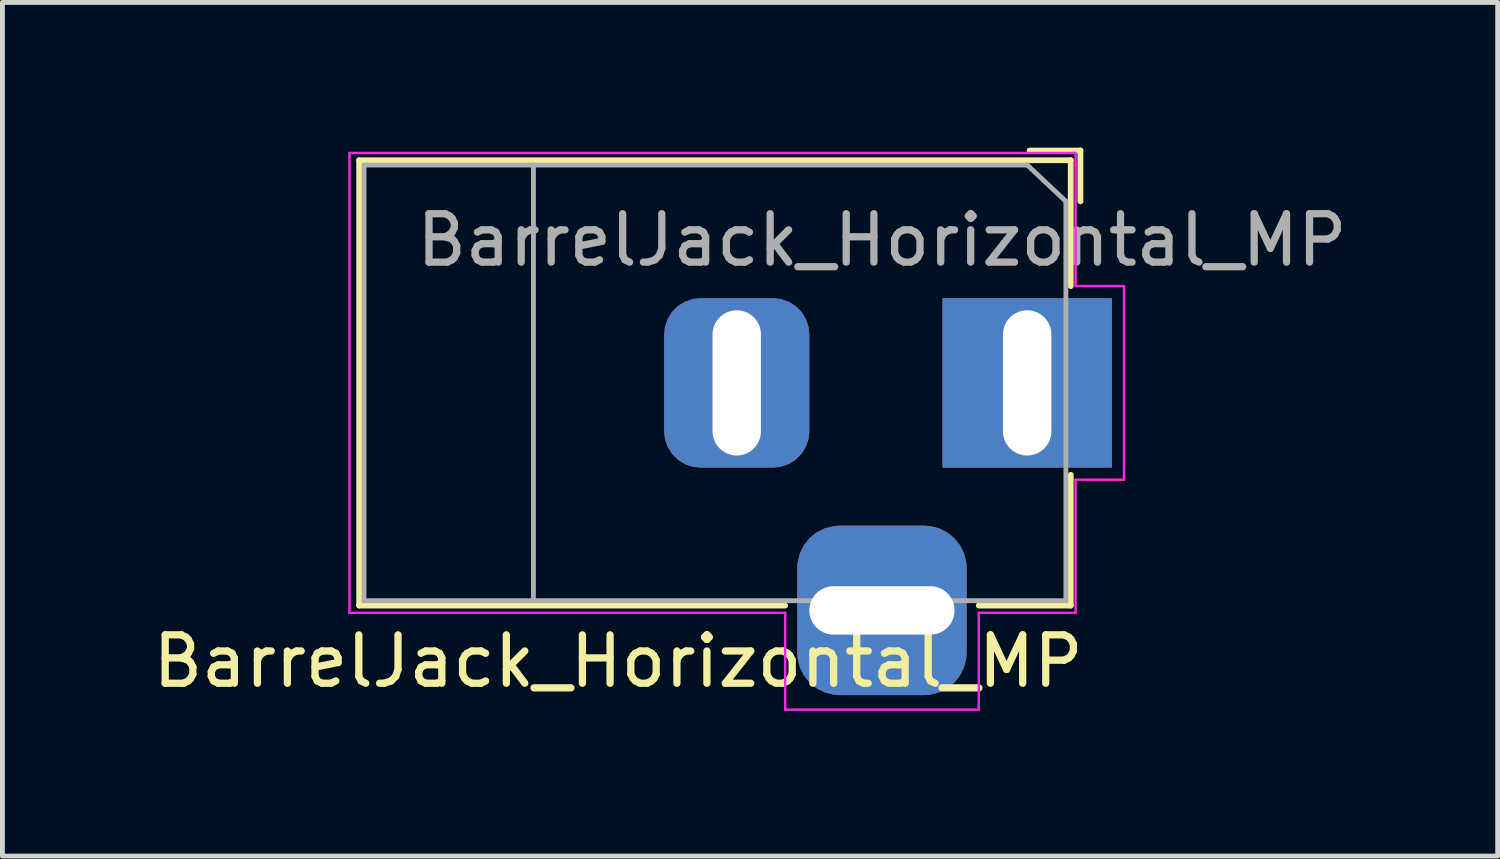
<source format=kicad_pcb>
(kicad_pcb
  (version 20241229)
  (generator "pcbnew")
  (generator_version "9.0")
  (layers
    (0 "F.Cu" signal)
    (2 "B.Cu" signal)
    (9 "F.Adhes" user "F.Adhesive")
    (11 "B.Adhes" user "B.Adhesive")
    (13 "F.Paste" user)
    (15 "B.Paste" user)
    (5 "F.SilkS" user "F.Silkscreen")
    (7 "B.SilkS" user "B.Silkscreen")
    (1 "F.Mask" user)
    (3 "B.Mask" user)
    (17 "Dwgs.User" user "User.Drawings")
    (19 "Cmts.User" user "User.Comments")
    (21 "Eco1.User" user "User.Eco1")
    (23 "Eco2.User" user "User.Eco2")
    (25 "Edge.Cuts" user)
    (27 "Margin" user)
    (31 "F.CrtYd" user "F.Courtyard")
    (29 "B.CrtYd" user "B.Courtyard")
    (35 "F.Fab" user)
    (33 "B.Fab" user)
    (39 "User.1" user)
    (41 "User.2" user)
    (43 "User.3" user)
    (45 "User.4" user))
  (footprint "BarrelJack_Horizontal_MP"
    (layer "F.Cu")
    (at 18.17 4.86)
    (property "Reference" "BarrelJack_Horizontal_MP" (at -8.45 5.75 0) (layer "F.SilkS") (effects (font (size 1 1) (thickness 0.15))))
    (attr through_hole)
    (fp_line (start -13.8 -4.6) (end 0.9 -4.6) (stroke (width 0.12) (type solid)) (layer "F.SilkS"))
    (fp_line (start -13.8 4.6) (end -13.8 -4.6) (stroke (width 0.12) (type solid)) (layer "F.SilkS"))
    (fp_line (start -5 4.6) (end -13.8 4.6) (stroke (width 0.12) (type solid)) (layer "F.SilkS"))
    (fp_line (start 0.05 -4.8) (end 1.1 -4.8) (stroke (width 0.12) (type solid)) (layer "F.SilkS"))
    (fp_line (start 0.9 -4.6) (end 0.9 -2) (stroke (width 0.12) (type solid)) (layer "F.SilkS"))
    (fp_line (start 0.9 1.9) (end 0.9 4.6) (stroke (width 0.12) (type solid)) (layer "F.SilkS"))
    (fp_line (start 0.9 4.6) (end -1 4.6) (stroke (width 0.12) (type solid)) (layer "F.SilkS"))
    (fp_line (start 1.1 -3.75) (end 1.1 -4.8) (stroke (width 0.12) (type solid)) (layer "F.SilkS"))
    (fp_line (start -14 4.75) (end -14 -4.75) (stroke (width 0.05) (type solid)) (layer "F.CrtYd"))
    (fp_line (start -5 4.75) (end -14 4.75) (stroke (width 0.05) (type solid)) (layer "F.CrtYd"))
    (fp_line (start -5 6.75) (end -5 4.75) (stroke (width 0.05) (type solid)) (layer "F.CrtYd"))
    (fp_line (start -1 4.75) (end -1 6.75) (stroke (width 0.05) (type solid)) (layer "F.CrtYd"))
    (fp_line (start -1 6.75) (end -5 6.75) (stroke (width 0.05) (type solid)) (layer "F.CrtYd"))
    (fp_line (start 1 -4.75) (end -14 -4.75) (stroke (width 0.05) (type solid)) (layer "F.CrtYd"))
    (fp_line (start 1 -4.5) (end 1 -4.75) (stroke (width 0.05) (type solid)) (layer "F.CrtYd"))
    (fp_line (start 1 -4.5) (end 1 -2) (stroke (width 0.05) (type solid)) (layer "F.CrtYd"))
    (fp_line (start 1 -2) (end 2 -2) (stroke (width 0.05) (type solid)) (layer "F.CrtYd"))
    (fp_line (start 1 2) (end 1 4.75) (stroke (width 0.05) (type solid)) (layer "F.CrtYd"))
    (fp_line (start 1 4.75) (end -1 4.75) (stroke (width 0.05) (type solid)) (layer "F.CrtYd"))
    (fp_line (start 2 -2) (end 2 2) (stroke (width 0.05) (type solid)) (layer "F.CrtYd"))
    (fp_line (start 2 2) (end 1 2) (stroke (width 0.05) (type solid)) (layer "F.CrtYd"))
    (fp_line (start -13.7 -4.5) (end -13.7 4.5) (stroke (width 0.1) (type solid)) (layer "F.Fab"))
    (fp_line (start -13.7 4.5) (end 0.8 4.5) (stroke (width 0.1) (type solid)) (layer "F.Fab"))
    (fp_line (start -10.2 -4.5) (end -10.2 4.5) (stroke (width 0.1) (type solid)) (layer "F.Fab"))
    (fp_line (start -0.003 -4.505) (end 0.8 -3.75) (stroke (width 0.1) (type solid)) (layer "F.Fab"))
    (fp_line (start 0 -4.5) (end -13.7 -4.5) (stroke (width 0.1) (type solid)) (layer "F.Fab"))
    (fp_line (start 0.8 4.5) (end 0.8 -3.75) (stroke (width 0.1) (type solid)) (layer "F.Fab"))
    (fp_text user "${REFERENCE}" (at -3 -2.95 0) (layer "F.Fab") (effects (font (size 1 1) (thickness 0.15))))
    (pad "1" thru_hole rect (at 0 0) (size 3.5 3.5) (drill oval 1 3) (layers "*.Cu" "*.Mask"))
    (pad "2" thru_hole roundrect (at -6 0) (size 3 3.5) (drill oval 1 3) (layers "*.Cu" "*.Mask") (roundrect_rratio 0.25))
    (pad "3" thru_hole roundrect (at -3 4.7) (size 3.5 3.5) (drill oval 3 1) (layers "*.Cu" "*.Mask") (roundrect_rratio 0.25)))
  (gr_rect
    (start -3 -3)
    (end 27.89 14.635)
    (stroke (width 0.1) (type default))
    (fill no)
    (layer "Edge.Cuts")))
</source>
